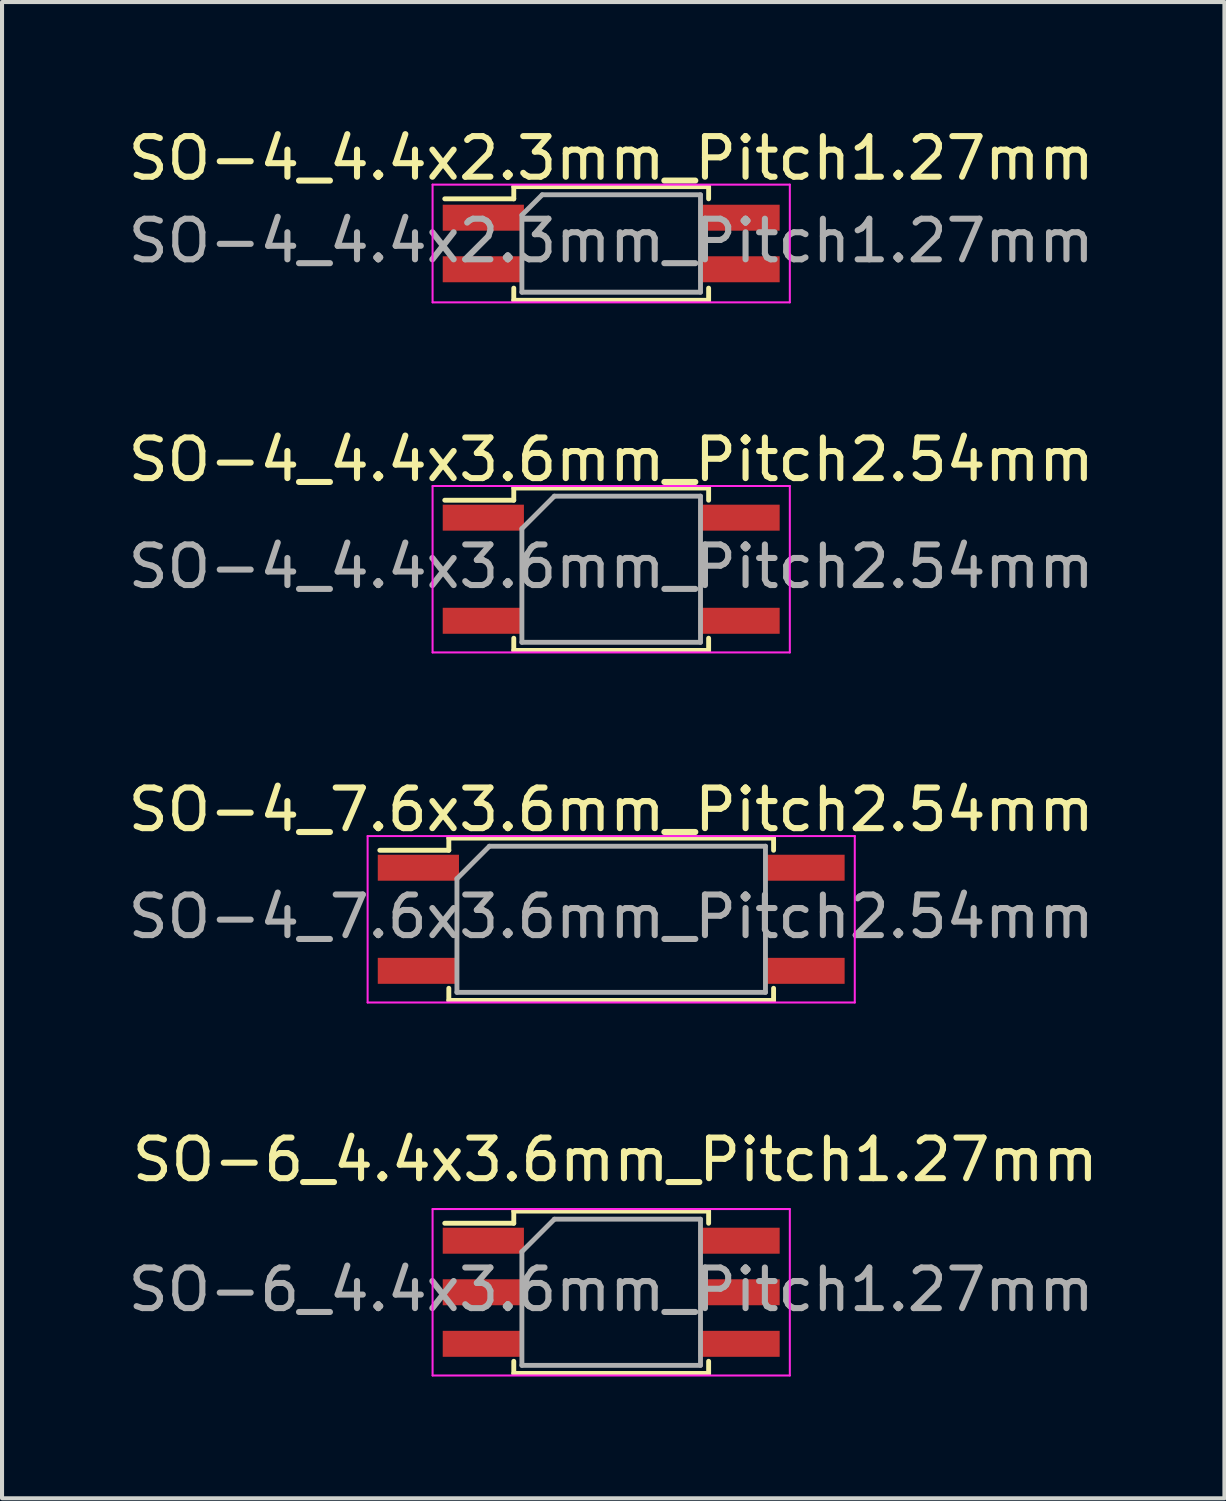
<source format=kicad_pcb>
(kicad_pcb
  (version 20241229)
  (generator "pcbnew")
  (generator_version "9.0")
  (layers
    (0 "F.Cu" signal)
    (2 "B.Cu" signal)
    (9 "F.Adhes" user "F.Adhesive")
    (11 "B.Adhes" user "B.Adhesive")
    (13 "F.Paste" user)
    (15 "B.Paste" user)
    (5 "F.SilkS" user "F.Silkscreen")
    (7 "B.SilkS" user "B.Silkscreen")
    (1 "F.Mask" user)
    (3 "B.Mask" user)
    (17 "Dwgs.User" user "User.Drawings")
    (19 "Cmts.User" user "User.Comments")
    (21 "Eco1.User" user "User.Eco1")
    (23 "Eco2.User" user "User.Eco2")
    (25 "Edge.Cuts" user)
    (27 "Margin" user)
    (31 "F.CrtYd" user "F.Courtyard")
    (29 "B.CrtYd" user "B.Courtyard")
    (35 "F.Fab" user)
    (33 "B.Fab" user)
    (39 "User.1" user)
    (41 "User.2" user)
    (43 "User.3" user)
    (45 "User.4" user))
  (footprint "SO-6_4.4x3.6mm_Pitch1.27mm"
    (layer "F.Cu")
    (at 12.006 28.783)
    (property "Reference" "SO-6_4.4x3.6mm_Pitch1.27mm" (at 0.1 -3.265 0) (layer "F.SilkS") (effects (font (size 1 1) (thickness 0.15))))
    (attr smd)
    (fp_line (start -2.4 -2) (end 2.4 -2) (stroke (width 0.12) (type solid)) (layer "F.SilkS"))
    (fp_line (start -2.4 -1.7) (end -4.1 -1.7) (stroke (width 0.12) (type solid)) (layer "F.SilkS"))
    (fp_line (start -2.4 -1.7) (end -2.4 -2) (stroke (width 0.12) (type solid)) (layer "F.SilkS"))
    (fp_line (start -2.4 2) (end -2.4 1.7) (stroke (width 0.12) (type solid)) (layer "F.SilkS"))
    (fp_line (start 2.4 -2) (end 2.4 -1.7) (stroke (width 0.12) (type solid)) (layer "F.SilkS"))
    (fp_line (start 2.4 1.7) (end 2.4 2) (stroke (width 0.12) (type solid)) (layer "F.SilkS"))
    (fp_line (start 2.4 2) (end -2.4 2) (stroke (width 0.12) (type solid)) (layer "F.SilkS"))
    (fp_line (start -4.4 -2.05) (end -4.4 2.05) (stroke (width 0.05) (type solid)) (layer "F.CrtYd"))
    (fp_line (start -4.4 -2.05) (end 4.4 -2.05) (stroke (width 0.05) (type solid)) (layer "F.CrtYd"))
    (fp_line (start 4.4 2.05) (end -4.4 2.05) (stroke (width 0.05) (type solid)) (layer "F.CrtYd"))
    (fp_line (start 4.4 2.05) (end 4.4 -2.05) (stroke (width 0.05) (type solid)) (layer "F.CrtYd"))
    (fp_line (start -2.2 -1) (end -1.4 -1.8) (stroke (width 0.12) (type solid)) (layer "F.Fab"))
    (fp_line (start -2.2 1.8) (end -2.2 -1) (stroke (width 0.12) (type solid)) (layer "F.Fab"))
    (fp_line (start -1.4 -1.8) (end 2.2 -1.8) (stroke (width 0.12) (type solid)) (layer "F.Fab"))
    (fp_line (start 2.2 -1.8) (end 2.2 1.8) (stroke (width 0.12) (type solid)) (layer "F.Fab"))
    (fp_line (start 2.2 1.8) (end -2.2 1.8) (stroke (width 0.12) (type solid)) (layer "F.Fab"))
    (fp_text user "${REFERENCE}" (at 0 -0.065 0) (layer "F.Fab") (effects (font (size 1 1) (thickness 0.15))))
    (pad "1" smd rect (at -3.15 -1.27) (size 2 0.64) (layers "F.Cu" "F.Mask" "F.Paste"))
    (pad "2" smd rect (at -3.15 0) (size 2 0.64) (layers "F.Cu" "F.Mask" "F.Paste"))
    (pad "3" smd rect (at -3.15 1.27) (size 2 0.64) (layers "F.Cu" "F.Mask" "F.Paste"))
    (pad "4" smd rect (at 3.15 1.27) (size 2 0.64) (layers "F.Cu" "F.Mask" "F.Paste"))
    (pad "5" smd rect (at 3.15 0) (size 2 0.64) (layers "F.Cu" "F.Mask" "F.Paste"))
    (pad "6" smd rect (at 3.15 -1.27) (size 2 0.64) (layers "F.Cu" "F.Mask" "F.Paste")))
  (footprint "SO-4_4.4x2.3mm_Pitch1.27mm"
    (layer "F.Cu")
    (at 12.006 2.948)
    (property "Reference" "SO-4_4.4x2.3mm_Pitch1.27mm" (at 0 -2.1 0) (layer "F.SilkS") (effects (font (size 1 1) (thickness 0.15))))
    (attr smd)
    (fp_line (start -2.4 -1.4) (end 2.4 -1.4) (stroke (width 0.12) (type solid)) (layer "F.SilkS"))
    (fp_line (start -2.4 -1.1) (end -4.1 -1.1) (stroke (width 0.12) (type solid)) (layer "F.SilkS"))
    (fp_line (start -2.4 -1.1) (end -2.4 -1.4) (stroke (width 0.12) (type solid)) (layer "F.SilkS"))
    (fp_line (start -2.4 1.4) (end -2.4 1.1) (stroke (width 0.12) (type solid)) (layer "F.SilkS"))
    (fp_line (start 2.4 -1.4) (end 2.4 -1.1) (stroke (width 0.12) (type solid)) (layer "F.SilkS"))
    (fp_line (start 2.4 1.1) (end 2.4 1.4) (stroke (width 0.12) (type solid)) (layer "F.SilkS"))
    (fp_line (start 2.4 1.4) (end -2.4 1.4) (stroke (width 0.12) (type solid)) (layer "F.SilkS"))
    (fp_line (start -4.4 -1.45) (end -4.4 1.45) (stroke (width 0.05) (type solid)) (layer "F.CrtYd"))
    (fp_line (start -4.4 -1.45) (end 4.4 -1.45) (stroke (width 0.05) (type solid)) (layer "F.CrtYd"))
    (fp_line (start 4.4 1.45) (end -4.4 1.45) (stroke (width 0.05) (type solid)) (layer "F.CrtYd"))
    (fp_line (start 4.4 1.45) (end 4.4 -1.45) (stroke (width 0.05) (type solid)) (layer "F.CrtYd"))
    (fp_line (start -2.2 -0.7) (end -2.2 1.2) (stroke (width 0.12) (type solid)) (layer "F.Fab"))
    (fp_line (start -2.2 1.2) (end 2.2 1.2) (stroke (width 0.12) (type solid)) (layer "F.Fab"))
    (fp_line (start -1.7 -1.2) (end -2.2 -0.7) (stroke (width 0.12) (type solid)) (layer "F.Fab"))
    (fp_line (start 2.2 -1.2) (end -1.7 -1.2) (stroke (width 0.12) (type solid)) (layer "F.Fab"))
    (fp_line (start 2.2 1.2) (end 2.2 -1.2) (stroke (width 0.12) (type solid)) (layer "F.Fab"))
    (fp_text user "${REFERENCE}" (at 0 -0.065 0) (layer "F.Fab") (effects (font (size 1 1) (thickness 0.15))))
    (pad "1" smd rect (at -3.15 -0.635) (size 2 0.64) (layers "F.Cu" "F.Mask" "F.Paste"))
    (pad "2" smd rect (at -3.15 0.635) (size 2 0.64) (layers "F.Cu" "F.Mask" "F.Paste"))
    (pad "3" smd rect (at 3.15 0.635) (size 2 0.64) (layers "F.Cu" "F.Mask" "F.Paste"))
    (pad "4" smd rect (at 3.15 -0.635) (size 2 0.64) (layers "F.Cu" "F.Mask" "F.Paste")))
  (footprint "SO-4_7.6x3.6mm_Pitch2.54mm"
    (layer "F.Cu")
    (at 12.006 19.595)
    (property "Reference" "SO-4_7.6x3.6mm_Pitch2.54mm" (at 0 -2.7 0) (layer "F.SilkS") (effects (font (size 1 1) (thickness 0.15))))
    (attr smd)
    (fp_line (start -4 -2) (end 4 -2) (stroke (width 0.12) (type solid)) (layer "F.SilkS"))
    (fp_line (start -4 -1.7) (end -5.7 -1.7) (stroke (width 0.12) (type solid)) (layer "F.SilkS"))
    (fp_line (start -4 -1.7) (end -4 -2) (stroke (width 0.12) (type solid)) (layer "F.SilkS"))
    (fp_line (start -4 2) (end -4 1.7) (stroke (width 0.12) (type solid)) (layer "F.SilkS"))
    (fp_line (start 4 -2) (end 4 -1.7) (stroke (width 0.12) (type solid)) (layer "F.SilkS"))
    (fp_line (start 4 1.7) (end 4 2) (stroke (width 0.12) (type solid)) (layer "F.SilkS"))
    (fp_line (start 4 2) (end -4 2) (stroke (width 0.12) (type solid)) (layer "F.SilkS"))
    (fp_line (start -6 -2.05) (end -6 2.05) (stroke (width 0.05) (type solid)) (layer "F.CrtYd"))
    (fp_line (start -6 -2.05) (end 6 -2.05) (stroke (width 0.05) (type solid)) (layer "F.CrtYd"))
    (fp_line (start 6 2.05) (end -6 2.05) (stroke (width 0.05) (type solid)) (layer "F.CrtYd"))
    (fp_line (start 6 2.05) (end 6 -2.05) (stroke (width 0.05) (type solid)) (layer "F.CrtYd"))
    (fp_line (start -3.8 -1) (end -3 -1.8) (stroke (width 0.12) (type solid)) (layer "F.Fab"))
    (fp_line (start -3.8 1.8) (end -3.8 -1) (stroke (width 0.12) (type solid)) (layer "F.Fab"))
    (fp_line (start -3 -1.8) (end 3.8 -1.8) (stroke (width 0.12) (type solid)) (layer "F.Fab"))
    (fp_line (start 3.8 -1.8) (end 3.8 1.8) (stroke (width 0.12) (type solid)) (layer "F.Fab"))
    (fp_line (start 3.8 1.8) (end -3.8 1.8) (stroke (width 0.12) (type solid)) (layer "F.Fab"))
    (fp_text user "${REFERENCE}" (at 0 -0.065 0) (layer "F.Fab") (effects (font (size 1 1) (thickness 0.15))))
    (pad "1" smd rect (at -4.75 -1.27) (size 2 0.64) (layers "F.Cu" "F.Mask" "F.Paste"))
    (pad "2" smd rect (at -4.75 1.27) (size 2 0.64) (layers "F.Cu" "F.Mask" "F.Paste"))
    (pad "3" smd rect (at 4.75 1.27) (size 2 0.64) (layers "F.Cu" "F.Mask" "F.Paste"))
    (pad "4" smd rect (at 4.75 -1.27) (size 2 0.64) (layers "F.Cu" "F.Mask" "F.Paste")))
  (footprint "SO-4_4.4x3.6mm_Pitch2.54mm"
    (layer "F.Cu")
    (at 12.006 10.972)
    (property "Reference" "SO-4_4.4x3.6mm_Pitch2.54mm" (at 0 -2.7 0) (layer "F.SilkS") (effects (font (size 1 1) (thickness 0.15))))
    (attr smd)
    (fp_line (start -2.4 -2) (end 2.4 -2) (stroke (width 0.12) (type solid)) (layer "F.SilkS"))
    (fp_line (start -2.4 -1.7) (end -4.1 -1.7) (stroke (width 0.12) (type solid)) (layer "F.SilkS"))
    (fp_line (start -2.4 -1.7) (end -2.4 -2) (stroke (width 0.12) (type solid)) (layer "F.SilkS"))
    (fp_line (start -2.4 2) (end -2.4 1.7) (stroke (width 0.12) (type solid)) (layer "F.SilkS"))
    (fp_line (start 2.4 -2) (end 2.4 -1.7) (stroke (width 0.12) (type solid)) (layer "F.SilkS"))
    (fp_line (start 2.4 1.7) (end 2.4 2) (stroke (width 0.12) (type solid)) (layer "F.SilkS"))
    (fp_line (start 2.4 2) (end -2.4 2) (stroke (width 0.12) (type solid)) (layer "F.SilkS"))
    (fp_line (start -4.4 -2.05) (end -4.4 2.05) (stroke (width 0.05) (type solid)) (layer "F.CrtYd"))
    (fp_line (start -4.4 -2.05) (end 4.4 -2.05) (stroke (width 0.05) (type solid)) (layer "F.CrtYd"))
    (fp_line (start 4.4 2.05) (end -4.4 2.05) (stroke (width 0.05) (type solid)) (layer "F.CrtYd"))
    (fp_line (start 4.4 2.05) (end 4.4 -2.05) (stroke (width 0.05) (type solid)) (layer "F.CrtYd"))
    (fp_line (start -2.2 -1) (end -1.4 -1.8) (stroke (width 0.12) (type solid)) (layer "F.Fab"))
    (fp_line (start -2.2 1.8) (end -2.2 -1) (stroke (width 0.12) (type solid)) (layer "F.Fab"))
    (fp_line (start -1.4 -1.8) (end 2.2 -1.8) (stroke (width 0.12) (type solid)) (layer "F.Fab"))
    (fp_line (start 2.2 -1.8) (end 2.2 1.8) (stroke (width 0.12) (type solid)) (layer "F.Fab"))
    (fp_line (start 2.2 1.8) (end -2.2 1.8) (stroke (width 0.12) (type solid)) (layer "F.Fab"))
    (fp_text user "${REFERENCE}" (at 0 -0.065 0) (layer "F.Fab") (effects (font (size 1 1) (thickness 0.15))))
    (pad "1" smd rect (at -3.15 -1.27) (size 2 0.64) (layers "F.Cu" "F.Mask" "F.Paste"))
    (pad "2" smd rect (at -3.15 1.27) (size 2 0.64) (layers "F.Cu" "F.Mask" "F.Paste"))
    (pad "3" smd rect (at 3.15 1.27) (size 2 0.64) (layers "F.Cu" "F.Mask" "F.Paste"))
    (pad "4" smd rect (at 3.15 -1.27) (size 2 0.64) (layers "F.Cu" "F.Mask" "F.Paste")))
  (gr_rect
    (start -3 -3)
    (end 27.112 33.858)
    (stroke (width 0.1) (type default))
    (fill no)
    (layer "Edge.Cuts")))
</source>
